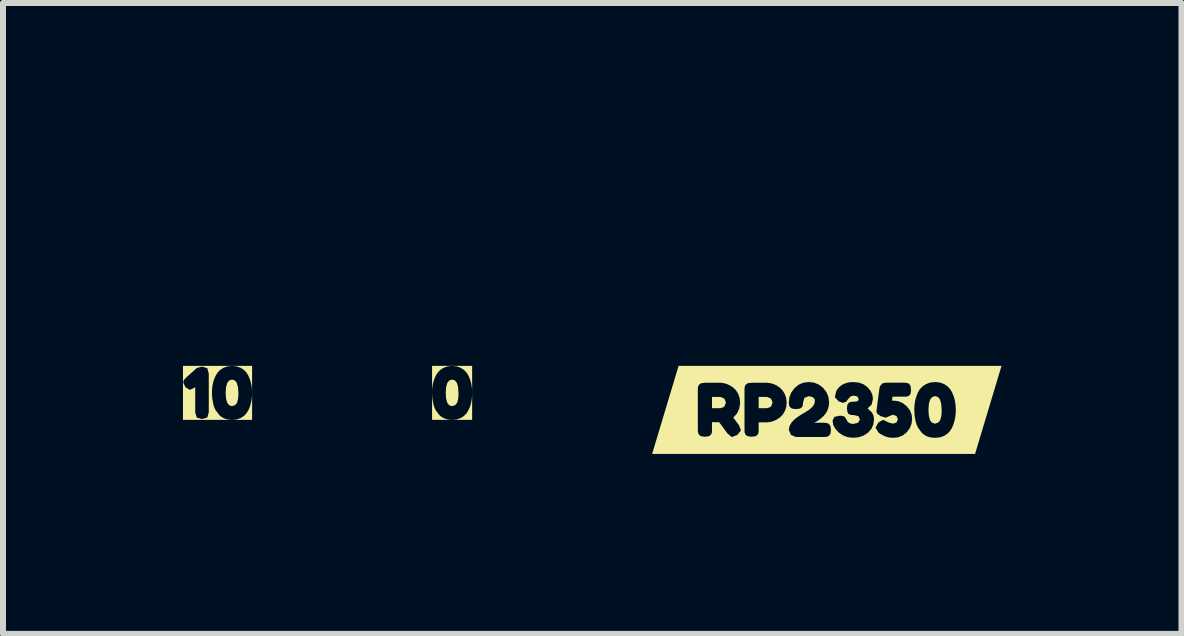
<source format=kicad_pcb>
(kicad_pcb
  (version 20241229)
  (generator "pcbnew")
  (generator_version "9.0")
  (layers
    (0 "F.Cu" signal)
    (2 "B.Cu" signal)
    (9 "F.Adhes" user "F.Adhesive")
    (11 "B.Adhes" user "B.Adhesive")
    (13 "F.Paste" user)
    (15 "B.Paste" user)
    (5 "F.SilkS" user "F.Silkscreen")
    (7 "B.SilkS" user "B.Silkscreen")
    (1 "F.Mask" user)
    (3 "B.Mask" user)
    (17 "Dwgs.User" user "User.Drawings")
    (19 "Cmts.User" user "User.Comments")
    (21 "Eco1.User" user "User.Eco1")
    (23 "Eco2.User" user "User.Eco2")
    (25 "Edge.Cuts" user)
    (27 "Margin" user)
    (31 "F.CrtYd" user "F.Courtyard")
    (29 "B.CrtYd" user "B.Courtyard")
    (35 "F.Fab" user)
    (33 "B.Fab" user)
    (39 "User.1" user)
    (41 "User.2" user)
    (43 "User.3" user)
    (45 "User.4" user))
  (footprint "kibuzzard-6695AD18"
    (layer "F.Cu")
    (at 4.486 3.499)
    (property "Reference" "kibuzzard-6695AD18" (at 0 -3.498 0) (layer "F.SilkS") (effects (font (size 0.001 0.001) (thickness 0.15))))
    (attr board_only exclude_from_pos_files exclude_from_bom)
    (fp_poly (pts (xy -0.001 0.221) (xy 0.051 0.204) (xy 0.083 0.166) (xy 0.099 0.11) (xy 0.106 0.055) (xy 0.106 0.006) (xy 0.106 -0.001) (xy 0.1 -0.098) (xy 0.08 -0.167) (xy 0.047 -0.208) (xy 0.001 -0.222) (xy -0.046 -0.208) (xy -0.08 -0.166) (xy -0.1 -0.097) (xy -0.106 0.001) (xy -0.1 0.097) (xy -0.08 0.166) (xy -0.047 0.207) (xy -0.001 0.221)) (stroke (width 0) (type solid)) (fill yes) (layer "F.SilkS"))
    (fp_poly (pts (xy -0.334 -0.45) (xy -0.334 -0.45) (xy -0.334 0.45) (xy -0.334 0.45) (xy 0.004 0.45) (xy 0.004 0.45) (xy -0.062 0.445) (xy -0.121 0.429) (xy -0.172 0.403) (xy -0.213 0.37) (xy -0.274 0.288) (xy -0.296 0.241) (xy -0.312 0.189) (xy -0.329 0.09) (xy -0.334 -0.001) (xy -0.333 -0.053) (xy -0.328 -0.105) (xy -0.318 -0.161) (xy -0.3 -0.222) (xy -0.275 -0.283) (xy -0.243 -0.335) (xy -0.201 -0.38) (xy -0.145 -0.417) (xy -0.077 -0.442) (xy 0.002 -0.45) (xy 0.078 -0.442) (xy 0.145 -0.418) (xy 0.2 -0.381) (xy 0.242 -0.337) (xy 0.274 -0.285) (xy 0.299 -0.225) (xy 0.317 -0.164) (xy 0.327 -0.108) (xy 0.333 -0.054) (xy 0.334 0.001) (xy 0.332 0.056) (xy 0.327 0.112) (xy 0.316 0.169) (xy 0.298 0.23) (xy 0.272 0.289) (xy 0.241 0.34) (xy 0.199 0.384) (xy 0.145 0.419) (xy 0.079 0.442) (xy 0.004 0.45) (xy 0.004 0.45) (xy 0.334 0.45) (xy 0.334 0.45) (xy 0.334 -0.45) (xy 0.334 -0.45) (xy -0.334 -0.45)) (stroke (width 0) (type solid)) (fill yes) (layer "F.SilkS")))
  (footprint "kibuzzard-6695BC9C"
    (layer "F.Cu")
    (at 10.732 3.783)
    (property "Reference" "kibuzzard-6695BC9C" (at 0 -3.782 0) (layer "F.SilkS") (effects (font (size 0.001 0.001) (thickness 0.15))))
    (attr board_only exclude_from_pos_files exclude_from_bom)
    (fp_poly (pts (xy -1.914 -0.029) (xy -1.772 -0.029) (xy -1.711 -0.052) (xy -1.681 -0.123) (xy -1.709 -0.19) (xy -1.775 -0.217) (xy -1.914 -0.217) (xy -1.914 -0.029)) (stroke (width 0) (type solid)) (fill yes) (layer "F.SilkS"))
    (fp_poly (pts (xy -1.136 -0.029) (xy -0.997 -0.029) (xy -0.933 -0.052) (xy -0.903 -0.123) (xy -0.931 -0.19) (xy -0.998 -0.217) (xy -1.136 -0.217) (xy -1.136 -0.029)) (stroke (width 0) (type solid)) (fill yes) (layer "F.SilkS"))
    (fp_poly (pts (xy 1.803 0.229) (xy 1.857 0.211) (xy 1.889 0.172) (xy 1.906 0.114) (xy 1.913 0.057) (xy 1.914 0.006) (xy 1.914 -0.001) (xy 1.907 -0.101) (xy 1.887 -0.173) (xy 1.852 -0.216) (xy 1.805 -0.23) (xy 1.756 -0.215) (xy 1.721 -0.172) (xy 1.701 -0.1) (xy 1.694 0.001) (xy 1.701 0.1) (xy 1.721 0.172) (xy 1.755 0.214) (xy 1.803 0.229)) (stroke (width 0) (type solid)) (fill yes) (layer "F.SilkS"))
    (fp_poly (pts (xy -2.15 -0.734) (xy -2.471 -0.734) (xy -2.912 0.734) (xy -2.471 0.734) (xy -2.15 0.734) (xy -1.584 0.734) (xy -1.584 0.452) (xy -1.656 0.392) (xy -1.794 0.205) (xy -1.914 0.205) (xy -1.914 0.33) (xy -1.916 0.375) (xy -1.928 0.409) (xy -1.964 0.438) (xy -2.032 0.447) (xy -2.099 0.438) (xy -2.135 0.409) (xy -2.148 0.373) (xy -2.15 0.329) (xy -2.15 -0.335) (xy -2.148 -0.379) (xy -2.135 -0.414) (xy -2.099 -0.444) (xy -2.031 -0.453) (xy -1.772 -0.453) (xy -1.72 -0.447) (xy -1.666 -0.432) (xy -1.612 -0.407) (xy -1.561 -0.373) (xy -1.514 -0.327) (xy -1.477 -0.268) (xy -1.453 -0.198) (xy -1.445 -0.122) (xy -1.458 -0.025) (xy -1.496 0.058) (xy -1.559 0.128) (xy -1.466 0.252) (xy -1.431 0.341) (xy -1.493 0.417) (xy -1.584 0.452) (xy -1.584 0.734) (xy -1.255 0.734) (xy -1.255 0.447) (xy -1.322 0.438) (xy -1.358 0.409) (xy -1.37 0.373) (xy -1.372 0.329) (xy -1.372 -0.335) (xy -1.37 -0.379) (xy -1.358 -0.414) (xy -1.322 -0.444) (xy -1.253 -0.453) (xy -0.997 -0.453) (xy -0.945 -0.447) (xy -0.89 -0.432) (xy -0.836 -0.407) (xy -0.785 -0.373) (xy -0.739 -0.327) (xy -0.702 -0.268) (xy -0.677 -0.198) (xy -0.669 -0.122) (xy -0.677 -0.046) (xy -0.701 0.023) (xy -0.738 0.082) (xy -0.784 0.127) (xy -0.836 0.161) (xy -0.891 0.186) (xy -0.946 0.202) (xy -0.998 0.207) (xy -1.136 0.207) (xy -1.136 0.33) (xy -1.138 0.375) (xy -1.15 0.409) (xy -1.186 0.438) (xy -1.255 0.447) (xy -1.255 0.734) (xy -0.516 0.734) (xy -0.516 0.451) (xy -0.598 0.416) (xy -0.633 0.332) (xy -0.621 0.266) (xy -0.586 0.207) (xy -0.542 0.161) (xy -0.48 0.113) (xy -0.412 0.069) (xy -0.35 0.033) (xy -0.294 -0.003) (xy -0.245 -0.047) (xy -0.21 -0.095) (xy -0.199 -0.145) (xy -0.203 -0.179) (xy -0.232 -0.212) (xy -0.297 -0.23) (xy -0.372 -0.203) (xy -0.397 -0.123) (xy -0.399 -0.082) (xy -0.411 -0.049) (xy -0.447 -0.022) (xy -0.516 -0.014) (xy -0.583 -0.023) (xy -0.619 -0.052) (xy -0.631 -0.088) (xy -0.633 -0.132) (xy -0.623 -0.214) (xy -0.592 -0.291) (xy -0.54 -0.362) (xy -0.472 -0.42) (xy -0.391 -0.454) (xy -0.298 -0.465) (xy -0.209 -0.454) (xy -0.13 -0.421) (xy -0.06 -0.366) (xy -0.006 -0.295) (xy 0.027 -0.215) (xy 0.038 -0.126) (xy 0.032 -0.061) (xy 0.013 0.001) (xy -0.016 0.055) (xy -0.053 0.101) (xy -0.132 0.169) (xy -0.209 0.214) (xy -0.048 0.214) (xy -0.004 0.217) (xy 0.031 0.23) (xy 0.06 0.266) (xy 0.069 0.334) (xy 0.06 0.4) (xy 0.03 0.436) (xy -0.006 0.449) (xy -0.051 0.451) (xy -0.516 0.451) (xy -0.516 0.734) (xy 0.44 0.734) (xy 0.44 0.464) (xy 0.352 0.455) (xy 0.271 0.426) (xy 0.199 0.377) (xy 0.142 0.316) (xy 0.107 0.249) (xy 0.096 0.176) (xy 0.128 0.115) (xy 0.225 0.095) (xy 0.295 0.109) (xy 0.333 0.169) (xy 0.335 0.176) (xy 0.345 0.192) (xy 0.364 0.211) (xy 0.395 0.227) (xy 0.441 0.234) (xy 0.521 0.214) (xy 0.552 0.16) (xy 0.527 0.104) (xy 0.453 0.086) (xy 0.417 0.086) (xy 0.388 0.08) (xy 0.359 0.064) (xy 0.343 0.03) (xy 0.335 -0.026) (xy 0.344 -0.091) (xy 0.371 -0.124) (xy 0.404 -0.135) (xy 0.445 -0.137) (xy 0.454 -0.137) (xy 0.514 -0.145) (xy 0.532 -0.178) (xy 0.511 -0.223) (xy 0.453 -0.239) (xy 0.397 -0.226) (xy 0.36 -0.187) (xy 0.321 -0.134) (xy 0.267 -0.119) (xy 0.198 -0.142) (xy 0.134 -0.213) (xy 0.153 -0.302) (xy 0.155 -0.306) (xy 0.162 -0.321) (xy 0.174 -0.342) (xy 0.195 -0.368) (xy 0.223 -0.395) (xy 0.261 -0.422) (xy 0.309 -0.444) (xy 0.368 -0.46) (xy 0.44 -0.465) (xy 0.533 -0.456) (xy 0.613 -0.427) (xy 0.68 -0.378) (xy 0.73 -0.317) (xy 0.759 -0.253) (xy 0.769 -0.183) (xy 0.747 -0.089) (xy 0.68 -0.025) (xy 0.753 0.044) (xy 0.779 0.096) (xy 0.787 0.158) (xy 0.776 0.241) (xy 0.744 0.314) (xy 0.689 0.377) (xy 0.617 0.426) (xy 0.534 0.455) (xy 0.44 0.464) (xy 0.44 0.734) (xy 1.109 0.734) (xy 1.109 0.465) (xy 1.04 0.46) (xy 0.975 0.443) (xy 0.888 0.398) (xy 0.861 0.375) (xy 0.812 0.297) (xy 0.859 0.209) (xy 0.939 0.165) (xy 1.027 0.208) (xy 1.102 0.229) (xy 1.163 0.209) (xy 1.185 0.155) (xy 1.162 0.102) (xy 1.105 0.08) (xy 1.055 0.098) (xy 0.983 0.129) (xy 0.899 0.104) (xy 0.842 0.065) (xy 0.826 0.028) (xy 0.874 -0.338) (xy 0.88 -0.374) (xy 0.895 -0.409) (xy 0.931 -0.444) (xy 0.992 -0.455) (xy 1.287 -0.454) (xy 1.331 -0.451) (xy 1.366 -0.439) (xy 1.395 -0.403) (xy 1.404 -0.333) (xy 1.396 -0.268) (xy 1.368 -0.234) (xy 1.335 -0.223) (xy 1.293 -0.221) (xy 1.095 -0.221) (xy 1.086 -0.153) (xy 1.108 -0.155) (xy 1.114 -0.155) (xy 1.193 -0.145) (xy 1.264 -0.115) (xy 1.329 -0.064) (xy 1.381 -0.001) (xy 1.412 0.07) (xy 1.422 0.146) (xy 1.412 0.231) (xy 1.382 0.307) (xy 1.332 0.373) (xy 1.267 0.425) (xy 1.193 0.455) (xy 1.109 0.465) (xy 1.109 0.734) (xy 1.808 0.734) (xy 1.808 0.465) (xy 1.74 0.46) (xy 1.678 0.444) (xy 1.626 0.417) (xy 1.584 0.382) (xy 1.521 0.297) (xy 1.498 0.249) (xy 1.481 0.196) (xy 1.463 0.093) (xy 1.458 -0.001) (xy 1.46 -0.055) (xy 1.465 -0.109) (xy 1.475 -0.166) (xy 1.494 -0.23) (xy 1.519 -0.293) (xy 1.552 -0.347) (xy 1.596 -0.393) (xy 1.654 -0.431) (xy 1.725 -0.457) (xy 1.806 -0.465) (xy 1.885 -0.457) (xy 1.954 -0.432) (xy 2.011 -0.394) (xy 2.054 -0.349) (xy 2.087 -0.295) (xy 2.113 -0.233) (xy 2.132 -0.169) (xy 2.142 -0.111) (xy 2.148 -0.056) (xy 2.15 0.001) (xy 2.148 0.058) (xy 2.142 0.116) (xy 2.13 0.175) (xy 2.112 0.238) (xy 2.086 0.299) (xy 2.053 0.352) (xy 2.01 0.397) (xy 1.954 0.433) (xy 1.886 0.457) (xy 1.808 0.465) (xy 1.808 0.734) (xy 2.15 0.734) (xy 2.471 0.734) (xy 2.912 -0.734) (xy 2.471 -0.734) (xy 2.15 -0.734) (xy -2.15 -0.734)) (stroke (width 0) (type solid)) (fill yes) (layer "F.SilkS")))
  (footprint "kibuzzard-6695ACF2"
    (layer "F.Cu")
    (at 0.576 3.499)
    (property "Reference" "kibuzzard-6695ACF2" (at 0 -3.498 0) (layer "F.SilkS") (effects (font (size 0.001 0.001) (thickness 0.15))))
    (attr board_only exclude_from_pos_files exclude_from_bom)
    (fp_poly (pts (xy 0.241 0.221) (xy 0.293 0.204) (xy 0.324 0.166) (xy 0.34 0.11) (xy 0.347 0.055) (xy 0.348 0.006) (xy 0.348 -0.001) (xy 0.341 -0.098) (xy 0.321 -0.167) (xy 0.288 -0.208) (xy 0.242 -0.222) (xy 0.195 -0.208) (xy 0.162 -0.166) (xy 0.142 -0.097) (xy 0.135 0.001) (xy 0.142 0.097) (xy 0.162 0.166) (xy 0.195 0.207) (xy 0.241 0.221)) (stroke (width 0) (type solid)) (fill yes) (layer "F.SilkS"))
    (fp_poly (pts (xy -0.576 -0.45) (xy -0.576 -0.45) (xy -0.576 0.45) (xy -0.576 0.45) (xy -0.26 0.45) (xy -0.26 0.436) (xy -0.347 0.411) (xy -0.372 0.323) (xy -0.372 -0.098) (xy -0.384 -0.087) (xy -0.461 -0.05) (xy -0.535 -0.094) (xy -0.573 -0.176) (xy -0.559 -0.216) (xy -0.521 -0.258) (xy -0.363 -0.4) (xy -0.343 -0.416) (xy -0.258 -0.438) (xy -0.171 -0.412) (xy -0.146 -0.323) (xy -0.146 0.324) (xy -0.171 0.411) (xy -0.26 0.436) (xy -0.26 0.45) (xy 0.246 0.45) (xy 0.246 0.45) (xy 0.18 0.445) (xy 0.12 0.429) (xy 0.069 0.403) (xy 0.029 0.37) (xy -0.032 0.288) (xy -0.055 0.241) (xy -0.07 0.189) (xy -0.088 0.09) (xy -0.093 -0.001) (xy -0.091 -0.053) (xy -0.087 -0.105) (xy -0.076 -0.161) (xy -0.059 -0.222) (xy -0.033 -0.283) (xy -0.002 -0.335) (xy 0.04 -0.38) (xy 0.096 -0.417) (xy 0.165 -0.442) (xy 0.243 -0.45) (xy 0.32 -0.442) (xy 0.387 -0.418) (xy 0.442 -0.381) (xy 0.484 -0.337) (xy 0.515 -0.285) (xy 0.54 -0.225) (xy 0.558 -0.164) (xy 0.569 -0.108) (xy 0.574 -0.054) (xy 0.576 0.001) (xy 0.574 0.056) (xy 0.568 0.112) (xy 0.557 0.169) (xy 0.539 0.23) (xy 0.514 0.289) (xy 0.482 0.34) (xy 0.441 0.384) (xy 0.387 0.419) (xy 0.321 0.442) (xy 0.246 0.45) (xy 0.246 0.45) (xy 0.576 0.45) (xy 0.576 0.45) (xy 0.576 -0.45) (xy 0.576 -0.45) (xy -0.576 -0.45)) (stroke (width 0) (type solid)) (fill yes) (layer "F.SilkS")))
  (gr_rect
    (start -3 -3)
    (end 16.644 7.516)
    (stroke (width 0.1) (type default))
    (fill no)
    (layer "Edge.Cuts")))
</source>
